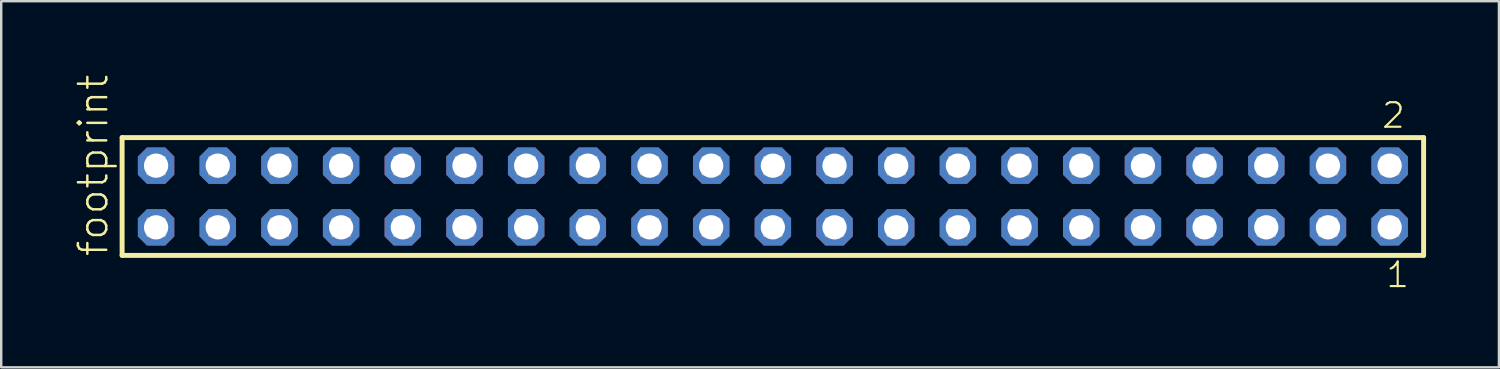
<source format=kicad_pcb>
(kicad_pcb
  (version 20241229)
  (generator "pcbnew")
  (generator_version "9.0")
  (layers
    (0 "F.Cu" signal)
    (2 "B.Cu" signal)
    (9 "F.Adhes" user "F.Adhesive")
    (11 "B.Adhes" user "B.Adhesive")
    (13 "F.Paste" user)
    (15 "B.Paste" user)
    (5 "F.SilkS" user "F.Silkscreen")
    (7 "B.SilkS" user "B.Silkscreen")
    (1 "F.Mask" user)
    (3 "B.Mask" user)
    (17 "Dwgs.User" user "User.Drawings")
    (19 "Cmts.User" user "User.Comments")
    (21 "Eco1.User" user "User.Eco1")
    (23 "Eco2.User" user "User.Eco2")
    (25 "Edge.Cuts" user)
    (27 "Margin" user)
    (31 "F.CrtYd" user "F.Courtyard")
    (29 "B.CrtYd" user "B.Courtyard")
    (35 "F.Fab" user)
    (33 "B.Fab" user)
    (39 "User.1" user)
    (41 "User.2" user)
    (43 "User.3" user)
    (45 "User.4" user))
  (footprint "footprint"
    (layer "F.Cu")
    (at 28.778 5.042)
    (property "Reference" "footprint" (at -27.305 2.54 90) (layer "F.SilkS") (effects (font (size 1.168 1.168) (thickness 0.102)) (justify left bottom)))
    (fp_line (start -26.799 -2.425) (end 26.799 -2.425) (stroke (width 0.203) (type solid)) (layer "F.SilkS"))
    (fp_line (start -26.799 2.425) (end -26.799 -2.425) (stroke (width 0.203) (type solid)) (layer "F.SilkS"))
    (fp_line (start 26.799 -2.425) (end 26.799 2.425) (stroke (width 0.203) (type solid)) (layer "F.SilkS"))
    (fp_line (start 26.799 2.425) (end -26.799 2.425) (stroke (width 0.203) (type solid)) (layer "F.SilkS"))
    (fp_poly (pts (xy -25.75 -0.92) (xy -25.05 -0.92) (xy -25.05 -1.62) (xy -25.75 -1.62)) (stroke (width 0.1) (type solid)) (fill no) (layer "F.Fab"))
    (fp_poly (pts (xy -25.75 1.62) (xy -25.05 1.62) (xy -25.05 0.92) (xy -25.75 0.92)) (stroke (width 0.1) (type solid)) (fill no) (layer "F.Fab"))
    (fp_poly (pts (xy -23.21 -0.92) (xy -22.51 -0.92) (xy -22.51 -1.62) (xy -23.21 -1.62)) (stroke (width 0.1) (type solid)) (fill no) (layer "F.Fab"))
    (fp_poly (pts (xy -23.21 1.62) (xy -22.51 1.62) (xy -22.51 0.92) (xy -23.21 0.92)) (stroke (width 0.1) (type solid)) (fill no) (layer "F.Fab"))
    (fp_poly (pts (xy -20.67 -0.92) (xy -19.97 -0.92) (xy -19.97 -1.62) (xy -20.67 -1.62)) (stroke (width 0.1) (type solid)) (fill no) (layer "F.Fab"))
    (fp_poly (pts (xy -20.67 1.62) (xy -19.97 1.62) (xy -19.97 0.92) (xy -20.67 0.92)) (stroke (width 0.1) (type solid)) (fill no) (layer "F.Fab"))
    (fp_poly (pts (xy -18.13 -0.92) (xy -17.43 -0.92) (xy -17.43 -1.62) (xy -18.13 -1.62)) (stroke (width 0.1) (type solid)) (fill no) (layer "F.Fab"))
    (fp_poly (pts (xy -18.13 1.62) (xy -17.43 1.62) (xy -17.43 0.92) (xy -18.13 0.92)) (stroke (width 0.1) (type solid)) (fill no) (layer "F.Fab"))
    (fp_poly (pts (xy -15.59 -0.92) (xy -14.89 -0.92) (xy -14.89 -1.62) (xy -15.59 -1.62)) (stroke (width 0.1) (type solid)) (fill no) (layer "F.Fab"))
    (fp_poly (pts (xy -15.59 1.62) (xy -14.89 1.62) (xy -14.89 0.92) (xy -15.59 0.92)) (stroke (width 0.1) (type solid)) (fill no) (layer "F.Fab"))
    (fp_poly (pts (xy -13.05 -0.92) (xy -12.35 -0.92) (xy -12.35 -1.62) (xy -13.05 -1.62)) (stroke (width 0.1) (type solid)) (fill no) (layer "F.Fab"))
    (fp_poly (pts (xy -13.05 1.62) (xy -12.35 1.62) (xy -12.35 0.92) (xy -13.05 0.92)) (stroke (width 0.1) (type solid)) (fill no) (layer "F.Fab"))
    (fp_poly (pts (xy -10.51 -0.92) (xy -9.81 -0.92) (xy -9.81 -1.62) (xy -10.51 -1.62)) (stroke (width 0.1) (type solid)) (fill no) (layer "F.Fab"))
    (fp_poly (pts (xy -10.51 1.62) (xy -9.81 1.62) (xy -9.81 0.92) (xy -10.51 0.92)) (stroke (width 0.1) (type solid)) (fill no) (layer "F.Fab"))
    (fp_poly (pts (xy -7.97 -0.92) (xy -7.27 -0.92) (xy -7.27 -1.62) (xy -7.97 -1.62)) (stroke (width 0.1) (type solid)) (fill no) (layer "F.Fab"))
    (fp_poly (pts (xy -7.97 1.62) (xy -7.27 1.62) (xy -7.27 0.92) (xy -7.97 0.92)) (stroke (width 0.1) (type solid)) (fill no) (layer "F.Fab"))
    (fp_poly (pts (xy -5.43 -0.92) (xy -4.73 -0.92) (xy -4.73 -1.62) (xy -5.43 -1.62)) (stroke (width 0.1) (type solid)) (fill no) (layer "F.Fab"))
    (fp_poly (pts (xy -5.43 1.62) (xy -4.73 1.62) (xy -4.73 0.92) (xy -5.43 0.92)) (stroke (width 0.1) (type solid)) (fill no) (layer "F.Fab"))
    (fp_poly (pts (xy -2.89 -0.92) (xy -2.19 -0.92) (xy -2.19 -1.62) (xy -2.89 -1.62)) (stroke (width 0.1) (type solid)) (fill no) (layer "F.Fab"))
    (fp_poly (pts (xy -2.89 1.62) (xy -2.19 1.62) (xy -2.19 0.92) (xy -2.89 0.92)) (stroke (width 0.1) (type solid)) (fill no) (layer "F.Fab"))
    (fp_poly (pts (xy -0.35 -0.92) (xy 0.35 -0.92) (xy 0.35 -1.62) (xy -0.35 -1.62)) (stroke (width 0.1) (type solid)) (fill no) (layer "F.Fab"))
    (fp_poly (pts (xy -0.35 1.62) (xy 0.35 1.62) (xy 0.35 0.92) (xy -0.35 0.92)) (stroke (width 0.1) (type solid)) (fill no) (layer "F.Fab"))
    (fp_poly (pts (xy 2.19 -0.92) (xy 2.89 -0.92) (xy 2.89 -1.62) (xy 2.19 -1.62)) (stroke (width 0.1) (type solid)) (fill no) (layer "F.Fab"))
    (fp_poly (pts (xy 2.19 1.62) (xy 2.89 1.62) (xy 2.89 0.92) (xy 2.19 0.92)) (stroke (width 0.1) (type solid)) (fill no) (layer "F.Fab"))
    (fp_poly (pts (xy 4.73 -0.92) (xy 5.43 -0.92) (xy 5.43 -1.62) (xy 4.73 -1.62)) (stroke (width 0.1) (type solid)) (fill no) (layer "F.Fab"))
    (fp_poly (pts (xy 4.73 1.62) (xy 5.43 1.62) (xy 5.43 0.92) (xy 4.73 0.92)) (stroke (width 0.1) (type solid)) (fill no) (layer "F.Fab"))
    (fp_poly (pts (xy 7.27 -0.92) (xy 7.97 -0.92) (xy 7.97 -1.62) (xy 7.27 -1.62)) (stroke (width 0.1) (type solid)) (fill no) (layer "F.Fab"))
    (fp_poly (pts (xy 7.27 1.62) (xy 7.97 1.62) (xy 7.97 0.92) (xy 7.27 0.92)) (stroke (width 0.1) (type solid)) (fill no) (layer "F.Fab"))
    (fp_poly (pts (xy 9.81 -0.92) (xy 10.51 -0.92) (xy 10.51 -1.62) (xy 9.81 -1.62)) (stroke (width 0.1) (type solid)) (fill no) (layer "F.Fab"))
    (fp_poly (pts (xy 9.81 1.62) (xy 10.51 1.62) (xy 10.51 0.92) (xy 9.81 0.92)) (stroke (width 0.1) (type solid)) (fill no) (layer "F.Fab"))
    (fp_poly (pts (xy 12.35 -0.92) (xy 13.05 -0.92) (xy 13.05 -1.62) (xy 12.35 -1.62)) (stroke (width 0.1) (type solid)) (fill no) (layer "F.Fab"))
    (fp_poly (pts (xy 12.35 1.62) (xy 13.05 1.62) (xy 13.05 0.92) (xy 12.35 0.92)) (stroke (width 0.1) (type solid)) (fill no) (layer "F.Fab"))
    (fp_poly (pts (xy 14.89 -0.92) (xy 15.59 -0.92) (xy 15.59 -1.62) (xy 14.89 -1.62)) (stroke (width 0.1) (type solid)) (fill no) (layer "F.Fab"))
    (fp_poly (pts (xy 14.89 1.62) (xy 15.59 1.62) (xy 15.59 0.92) (xy 14.89 0.92)) (stroke (width 0.1) (type solid)) (fill no) (layer "F.Fab"))
    (fp_poly (pts (xy 17.43 -0.92) (xy 18.13 -0.92) (xy 18.13 -1.62) (xy 17.43 -1.62)) (stroke (width 0.1) (type solid)) (fill no) (layer "F.Fab"))
    (fp_poly (pts (xy 17.43 1.62) (xy 18.13 1.62) (xy 18.13 0.92) (xy 17.43 0.92)) (stroke (width 0.1) (type solid)) (fill no) (layer "F.Fab"))
    (fp_poly (pts (xy 19.97 -0.92) (xy 20.67 -0.92) (xy 20.67 -1.62) (xy 19.97 -1.62)) (stroke (width 0.1) (type solid)) (fill no) (layer "F.Fab"))
    (fp_poly (pts (xy 19.97 1.62) (xy 20.67 1.62) (xy 20.67 0.92) (xy 19.97 0.92)) (stroke (width 0.1) (type solid)) (fill no) (layer "F.Fab"))
    (fp_poly (pts (xy 22.51 -0.92) (xy 23.21 -0.92) (xy 23.21 -1.62) (xy 22.51 -1.62)) (stroke (width 0.1) (type solid)) (fill no) (layer "F.Fab"))
    (fp_poly (pts (xy 22.51 1.62) (xy 23.21 1.62) (xy 23.21 0.92) (xy 22.51 0.92)) (stroke (width 0.1) (type solid)) (fill no) (layer "F.Fab"))
    (fp_poly (pts (xy 25.05 -0.92) (xy 25.75 -0.92) (xy 25.75 -1.62) (xy 25.05 -1.62)) (stroke (width 0.1) (type solid)) (fill no) (layer "F.Fab"))
    (fp_poly (pts (xy 25.05 1.62) (xy 25.75 1.62) (xy 25.75 0.92) (xy 25.05 0.92)) (stroke (width 0.1) (type solid)) (fill no) (layer "F.Fab"))
    (fp_text user "2" (at 25.017 -2.744 0) (layer "F.SilkS") (effects (font (size 1.012 1.012) (thickness 0.088)) (justify left bottom)))
    (fp_text user "1" (at 25.192 3.818 0) (layer "F.SilkS") (effects (font (size 1.012 1.012) (thickness 0.088)) (justify left bottom)))
    (pad "1" thru_hole roundrect (at 25.4 1.27 180) (size 1.5 1.5) (drill 1) (layers "*.Cu" "*.Mask") (roundrect_rratio 0.25) (chamfer_ratio 0.25) (chamfer top_left top_right bottom_left bottom_right))
    (pad "2" thru_hole roundrect (at 25.4 -1.27 180) (size 1.5 1.5) (drill 1) (layers "*.Cu" "*.Mask") (roundrect_rratio 0.25) (chamfer_ratio 0.25) (chamfer top_left top_right bottom_left bottom_right))
    (pad "3" thru_hole roundrect (at 22.86 1.27 180) (size 1.5 1.5) (drill 1) (layers "*.Cu" "*.Mask") (roundrect_rratio 0.25) (chamfer_ratio 0.25) (chamfer top_left top_right bottom_left bottom_right))
    (pad "4" thru_hole roundrect (at 22.86 -1.27 180) (size 1.5 1.5) (drill 1) (layers "*.Cu" "*.Mask") (roundrect_rratio 0.25) (chamfer_ratio 0.25) (chamfer top_left top_right bottom_left bottom_right))
    (pad "5" thru_hole roundrect (at 20.32 1.27 180) (size 1.5 1.5) (drill 1) (layers "*.Cu" "*.Mask") (roundrect_rratio 0.25) (chamfer_ratio 0.25) (chamfer top_left top_right bottom_left bottom_right))
    (pad "6" thru_hole roundrect (at 20.32 -1.27 180) (size 1.5 1.5) (drill 1) (layers "*.Cu" "*.Mask") (roundrect_rratio 0.25) (chamfer_ratio 0.25) (chamfer top_left top_right bottom_left bottom_right))
    (pad "7" thru_hole roundrect (at 17.78 1.27 180) (size 1.5 1.5) (drill 1) (layers "*.Cu" "*.Mask") (roundrect_rratio 0.25) (chamfer_ratio 0.25) (chamfer top_left top_right bottom_left bottom_right))
    (pad "8" thru_hole roundrect (at 17.78 -1.27 180) (size 1.5 1.5) (drill 1) (layers "*.Cu" "*.Mask") (roundrect_rratio 0.25) (chamfer_ratio 0.25) (chamfer top_left top_right bottom_left bottom_right))
    (pad "9" thru_hole roundrect (at 15.24 1.27 180) (size 1.5 1.5) (drill 1) (layers "*.Cu" "*.Mask") (roundrect_rratio 0.25) (chamfer_ratio 0.25) (chamfer top_left top_right bottom_left bottom_right))
    (pad "10" thru_hole roundrect (at 15.24 -1.27 180) (size 1.5 1.5) (drill 1) (layers "*.Cu" "*.Mask") (roundrect_rratio 0.25) (chamfer_ratio 0.25) (chamfer top_left top_right bottom_left bottom_right))
    (pad "11" thru_hole roundrect (at 12.7 1.27 180) (size 1.5 1.5) (drill 1) (layers "*.Cu" "*.Mask") (roundrect_rratio 0.25) (chamfer_ratio 0.25) (chamfer top_left top_right bottom_left bottom_right))
    (pad "12" thru_hole roundrect (at 12.7 -1.27 180) (size 1.5 1.5) (drill 1) (layers "*.Cu" "*.Mask") (roundrect_rratio 0.25) (chamfer_ratio 0.25) (chamfer top_left top_right bottom_left bottom_right))
    (pad "13" thru_hole roundrect (at 10.16 1.27 180) (size 1.5 1.5) (drill 1) (layers "*.Cu" "*.Mask") (roundrect_rratio 0.25) (chamfer_ratio 0.25) (chamfer top_left top_right bottom_left bottom_right))
    (pad "14" thru_hole roundrect (at 10.16 -1.27 180) (size 1.5 1.5) (drill 1) (layers "*.Cu" "*.Mask") (roundrect_rratio 0.25) (chamfer_ratio 0.25) (chamfer top_left top_right bottom_left bottom_right))
    (pad "15" thru_hole roundrect (at 7.62 1.27 180) (size 1.5 1.5) (drill 1) (layers "*.Cu" "*.Mask") (roundrect_rratio 0.25) (chamfer_ratio 0.25) (chamfer top_left top_right bottom_left bottom_right))
    (pad "16" thru_hole roundrect (at 7.62 -1.27 180) (size 1.5 1.5) (drill 1) (layers "*.Cu" "*.Mask") (roundrect_rratio 0.25) (chamfer_ratio 0.25) (chamfer top_left top_right bottom_left bottom_right))
    (pad "17" thru_hole roundrect (at 5.08 1.27 180) (size 1.5 1.5) (drill 1) (layers "*.Cu" "*.Mask") (roundrect_rratio 0.25) (chamfer_ratio 0.25) (chamfer top_left top_right bottom_left bottom_right))
    (pad "18" thru_hole roundrect (at 5.08 -1.27 180) (size 1.5 1.5) (drill 1) (layers "*.Cu" "*.Mask") (roundrect_rratio 0.25) (chamfer_ratio 0.25) (chamfer top_left top_right bottom_left bottom_right))
    (pad "19" thru_hole roundrect (at 2.54 1.27 180) (size 1.5 1.5) (drill 1) (layers "*.Cu" "*.Mask") (roundrect_rratio 0.25) (chamfer_ratio 0.25) (chamfer top_left top_right bottom_left bottom_right))
    (pad "20" thru_hole roundrect (at 2.54 -1.27 180) (size 1.5 1.5) (drill 1) (layers "*.Cu" "*.Mask") (roundrect_rratio 0.25) (chamfer_ratio 0.25) (chamfer top_left top_right bottom_left bottom_right))
    (pad "21" thru_hole roundrect (at 0 1.27 180) (size 1.5 1.5) (drill 1) (layers "*.Cu" "*.Mask") (roundrect_rratio 0.25) (chamfer_ratio 0.25) (chamfer top_left top_right bottom_left bottom_right))
    (pad "22" thru_hole roundrect (at 0 -1.27 180) (size 1.5 1.5) (drill 1) (layers "*.Cu" "*.Mask") (roundrect_rratio 0.25) (chamfer_ratio 0.25) (chamfer top_left top_right bottom_left bottom_right))
    (pad "23" thru_hole roundrect (at -2.54 1.27 180) (size 1.5 1.5) (drill 1) (layers "*.Cu" "*.Mask") (roundrect_rratio 0.25) (chamfer_ratio 0.25) (chamfer top_left top_right bottom_left bottom_right))
    (pad "24" thru_hole roundrect (at -2.54 -1.27 180) (size 1.5 1.5) (drill 1) (layers "*.Cu" "*.Mask") (roundrect_rratio 0.25) (chamfer_ratio 0.25) (chamfer top_left top_right bottom_left bottom_right))
    (pad "25" thru_hole roundrect (at -5.08 1.27 180) (size 1.5 1.5) (drill 1) (layers "*.Cu" "*.Mask") (roundrect_rratio 0.25) (chamfer_ratio 0.25) (chamfer top_left top_right bottom_left bottom_right))
    (pad "26" thru_hole roundrect (at -5.08 -1.27 180) (size 1.5 1.5) (drill 1) (layers "*.Cu" "*.Mask") (roundrect_rratio 0.25) (chamfer_ratio 0.25) (chamfer top_left top_right bottom_left bottom_right))
    (pad "27" thru_hole roundrect (at -7.62 1.27 180) (size 1.5 1.5) (drill 1) (layers "*.Cu" "*.Mask") (roundrect_rratio 0.25) (chamfer_ratio 0.25) (chamfer top_left top_right bottom_left bottom_right))
    (pad "28" thru_hole roundrect (at -7.62 -1.27 180) (size 1.5 1.5) (drill 1) (layers "*.Cu" "*.Mask") (roundrect_rratio 0.25) (chamfer_ratio 0.25) (chamfer top_left top_right bottom_left bottom_right))
    (pad "29" thru_hole roundrect (at -10.16 1.27 180) (size 1.5 1.5) (drill 1) (layers "*.Cu" "*.Mask") (roundrect_rratio 0.25) (chamfer_ratio 0.25) (chamfer top_left top_right bottom_left bottom_right))
    (pad "30" thru_hole roundrect (at -10.16 -1.27 180) (size 1.5 1.5) (drill 1) (layers "*.Cu" "*.Mask") (roundrect_rratio 0.25) (chamfer_ratio 0.25) (chamfer top_left top_right bottom_left bottom_right))
    (pad "31" thru_hole roundrect (at -12.7 1.27 180) (size 1.5 1.5) (drill 1) (layers "*.Cu" "*.Mask") (roundrect_rratio 0.25) (chamfer_ratio 0.25) (chamfer top_left top_right bottom_left bottom_right))
    (pad "32" thru_hole roundrect (at -12.7 -1.27 180) (size 1.5 1.5) (drill 1) (layers "*.Cu" "*.Mask") (roundrect_rratio 0.25) (chamfer_ratio 0.25) (chamfer top_left top_right bottom_left bottom_right))
    (pad "33" thru_hole roundrect (at -15.24 1.27 180) (size 1.5 1.5) (drill 1) (layers "*.Cu" "*.Mask") (roundrect_rratio 0.25) (chamfer_ratio 0.25) (chamfer top_left top_right bottom_left bottom_right))
    (pad "34" thru_hole roundrect (at -15.24 -1.27 180) (size 1.5 1.5) (drill 1) (layers "*.Cu" "*.Mask") (roundrect_rratio 0.25) (chamfer_ratio 0.25) (chamfer top_left top_right bottom_left bottom_right))
    (pad "35" thru_hole roundrect (at -17.78 1.27 180) (size 1.5 1.5) (drill 1) (layers "*.Cu" "*.Mask") (roundrect_rratio 0.25) (chamfer_ratio 0.25) (chamfer top_left top_right bottom_left bottom_right))
    (pad "36" thru_hole roundrect (at -17.78 -1.27 180) (size 1.5 1.5) (drill 1) (layers "*.Cu" "*.Mask") (roundrect_rratio 0.25) (chamfer_ratio 0.25) (chamfer top_left top_right bottom_left bottom_right))
    (pad "37" thru_hole roundrect (at -20.32 1.27 180) (size 1.5 1.5) (drill 1) (layers "*.Cu" "*.Mask") (roundrect_rratio 0.25) (chamfer_ratio 0.25) (chamfer top_left top_right bottom_left bottom_right))
    (pad "38" thru_hole roundrect (at -20.32 -1.27 180) (size 1.5 1.5) (drill 1) (layers "*.Cu" "*.Mask") (roundrect_rratio 0.25) (chamfer_ratio 0.25) (chamfer top_left top_right bottom_left bottom_right))
    (pad "39" thru_hole roundrect (at -22.86 1.27 180) (size 1.5 1.5) (drill 1) (layers "*.Cu" "*.Mask") (roundrect_rratio 0.25) (chamfer_ratio 0.25) (chamfer top_left top_right bottom_left bottom_right))
    (pad "40" thru_hole roundrect (at -22.86 -1.27 180) (size 1.5 1.5) (drill 1) (layers "*.Cu" "*.Mask") (roundrect_rratio 0.25) (chamfer_ratio 0.25) (chamfer top_left top_right bottom_left bottom_right))
    (pad "41" thru_hole roundrect (at -25.4 1.27 180) (size 1.5 1.5) (drill 1) (layers "*.Cu" "*.Mask") (roundrect_rratio 0.25) (chamfer_ratio 0.25) (chamfer top_left top_right bottom_left bottom_right))
    (pad "42" thru_hole roundrect (at -25.4 -1.27 180) (size 1.5 1.5) (drill 1) (layers "*.Cu" "*.Mask") (roundrect_rratio 0.25) (chamfer_ratio 0.25) (chamfer top_left top_right bottom_left bottom_right)))
  (gr_rect
    (start -3 -3)
    (end 58.679 12.077)
    (stroke (width 0.1) (type default))
    (fill no)
    (layer "Edge.Cuts")))
</source>
